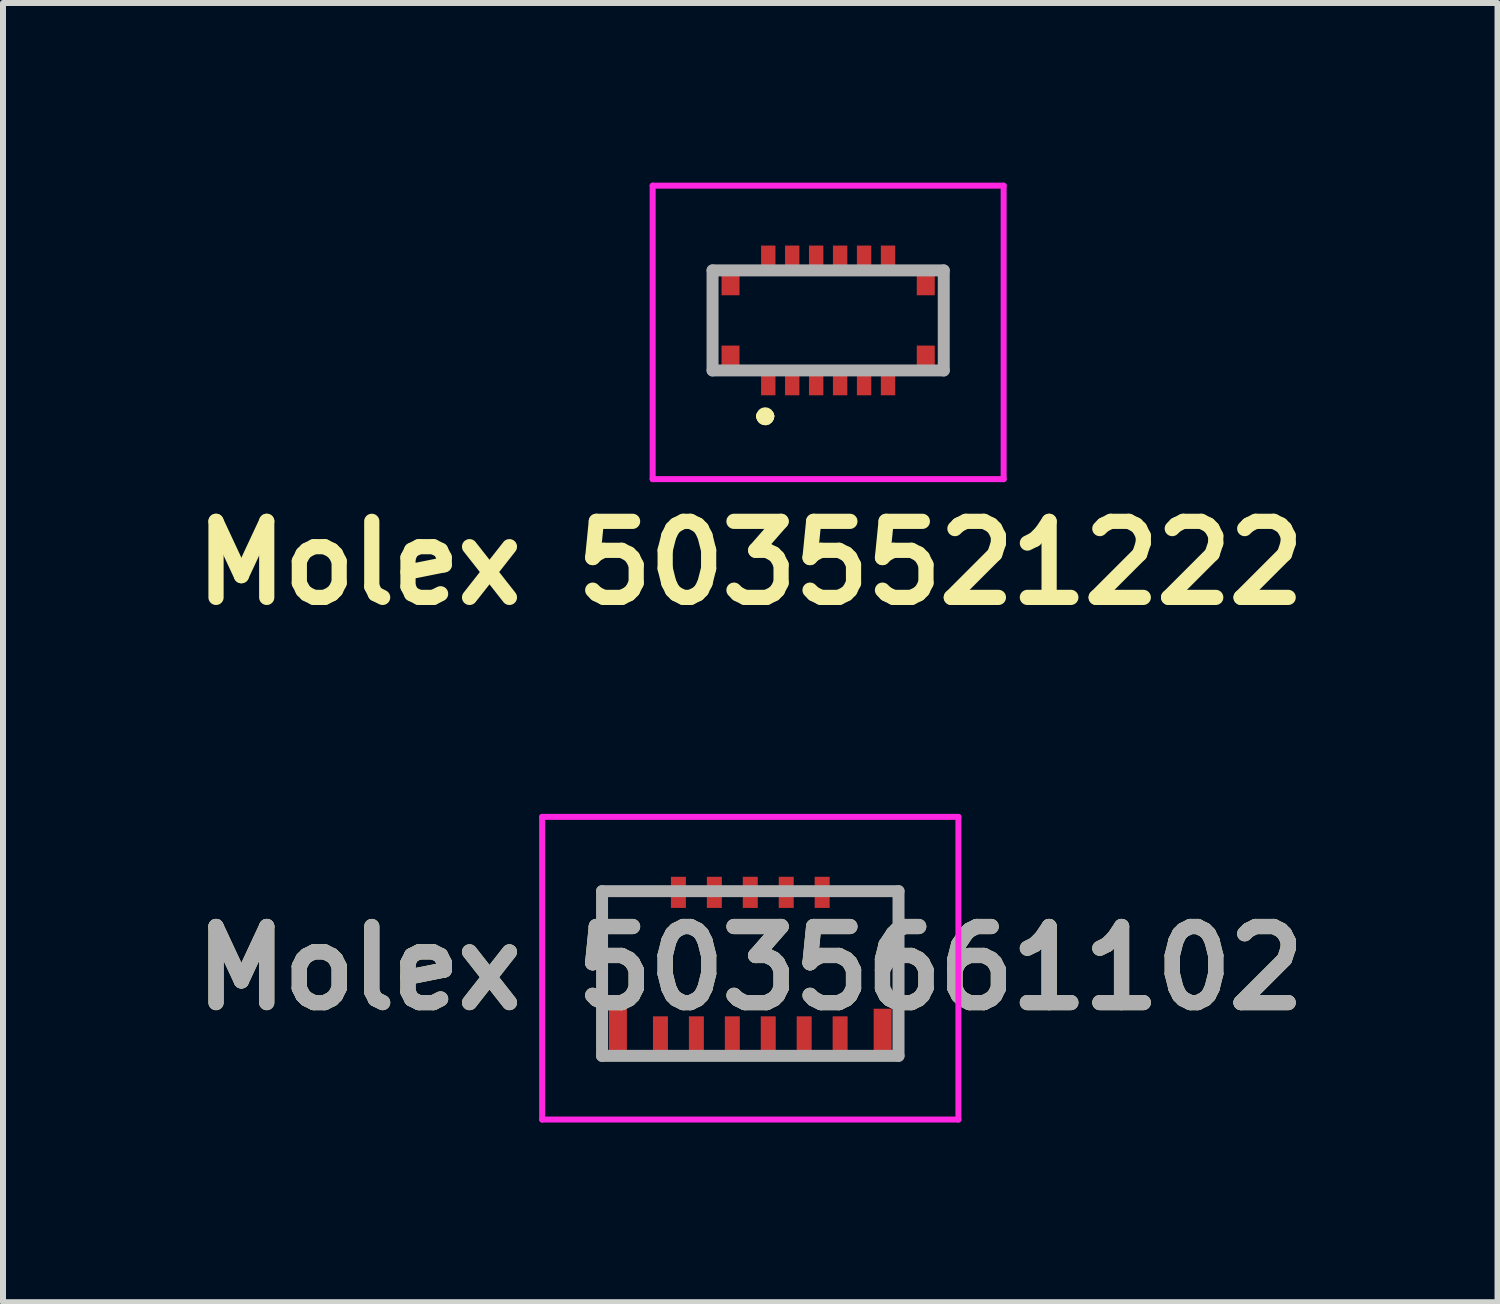
<source format=kicad_pcb>
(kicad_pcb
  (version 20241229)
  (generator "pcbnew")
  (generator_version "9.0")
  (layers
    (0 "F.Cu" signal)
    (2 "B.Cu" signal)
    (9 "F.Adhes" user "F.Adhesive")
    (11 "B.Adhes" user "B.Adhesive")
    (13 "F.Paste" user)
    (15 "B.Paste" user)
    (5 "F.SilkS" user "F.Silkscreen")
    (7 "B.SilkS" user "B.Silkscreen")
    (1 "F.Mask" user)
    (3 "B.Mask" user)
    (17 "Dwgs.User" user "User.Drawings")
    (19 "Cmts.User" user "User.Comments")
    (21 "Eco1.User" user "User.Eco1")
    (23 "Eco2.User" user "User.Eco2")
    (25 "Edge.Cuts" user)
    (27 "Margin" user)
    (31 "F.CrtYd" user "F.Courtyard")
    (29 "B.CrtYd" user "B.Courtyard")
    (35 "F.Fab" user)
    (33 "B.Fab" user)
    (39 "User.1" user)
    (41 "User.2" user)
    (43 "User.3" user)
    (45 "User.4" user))
  (footprint "Molex 5035521222"
    (layer "F.Cu")
    (at 10.777 2.3)
    (property "Reference" "Molex 5035521222" (at -1.3 4.05 0) (layer "F.SilkS") (effects (font (size 1.27 1.27) (thickness 0.254))))
    (attr smd)
    (fp_line (start -1.1 1.6) (end -1.1 1.6) (stroke (width 0.2) (type solid)) (layer "F.SilkS"))
    (fp_line (start -1.1 1.6) (end -1.1 1.6) (stroke (width 0.2) (type solid)) (layer "F.SilkS"))
    (fp_line (start -1 1.6) (end -1 1.6) (stroke (width 0.2) (type solid)) (layer "F.SilkS"))
    (fp_arc (start -1.1 1.6) (mid -1.05 1.55) (end -1 1.6) (stroke (width 0.2) (type solid)) (layer "F.SilkS"))
    (fp_arc (start -1 1.6) (mid -1.05 1.65) (end -1.1 1.6) (stroke (width 0.2) (type solid)) (layer "F.SilkS"))
    (fp_arc (start -1 1.6) (mid -1.05 1.65) (end -1.1 1.6) (stroke (width 0.2) (type solid)) (layer "F.SilkS"))
    (fp_line (start -2.93 -2.25) (end 2.93 -2.25) (stroke (width 0.1) (type solid)) (layer "F.CrtYd"))
    (fp_line (start -2.93 2.65) (end -2.93 -2.25) (stroke (width 0.1) (type solid)) (layer "F.CrtYd"))
    (fp_line (start 2.93 -2.25) (end 2.93 2.65) (stroke (width 0.1) (type solid)) (layer "F.CrtYd"))
    (fp_line (start 2.93 2.65) (end -2.93 2.65) (stroke (width 0.1) (type solid)) (layer "F.CrtYd"))
    (fp_line (start -1.93 -0.835) (end -1.93 0.835) (stroke (width 0.2) (type solid)) (layer "F.Fab"))
    (fp_line (start -1.93 0.835) (end 1.93 0.835) (stroke (width 0.2) (type solid)) (layer "F.Fab"))
    (fp_line (start 1.93 -0.835) (end -1.93 -0.835) (stroke (width 0.2) (type solid)) (layer "F.Fab"))
    (fp_line (start 1.93 0.835) (end 1.93 -0.835) (stroke (width 0.2) (type solid)) (layer "F.Fab"))
    (pad "1" smd rect (at -1 1.075) (size 0.24 0.35) (layers "F.Cu" "F.Mask" "F.Paste"))
    (pad "2" smd rect (at -1 -1.075) (size 0.24 0.35) (layers "F.Cu" "F.Mask" "F.Paste"))
    (pad "3" smd rect (at -0.6 1.075) (size 0.24 0.35) (layers "F.Cu" "F.Mask" "F.Paste"))
    (pad "4" smd rect (at -0.6 -1.075) (size 0.24 0.35) (layers "F.Cu" "F.Mask" "F.Paste"))
    (pad "5" smd rect (at -0.2 1.075) (size 0.24 0.35) (layers "F.Cu" "F.Mask" "F.Paste"))
    (pad "6" smd rect (at -0.2 -1.075) (size 0.24 0.35) (layers "F.Cu" "F.Mask" "F.Paste"))
    (pad "7" smd rect (at 0.2 1.075) (size 0.24 0.35) (layers "F.Cu" "F.Mask" "F.Paste"))
    (pad "8" smd rect (at 0.2 -1.075) (size 0.24 0.35) (layers "F.Cu" "F.Mask" "F.Paste"))
    (pad "9" smd rect (at 0.6 1.075) (size 0.24 0.35) (layers "F.Cu" "F.Mask" "F.Paste"))
    (pad "10" smd rect (at 0.6 -1.075) (size 0.24 0.35) (layers "F.Cu" "F.Mask" "F.Paste"))
    (pad "11" smd rect (at 1 1.075) (size 0.24 0.35) (layers "F.Cu" "F.Mask" "F.Paste"))
    (pad "12" smd rect (at 1 -1.075) (size 0.24 0.35) (layers "F.Cu" "F.Mask" "F.Paste"))
    (pad "MP1" smd rect (at -1.63 0.63) (size 0.3 0.42) (layers "F.Cu" "F.Mask" "F.Paste"))
    (pad "MP2" smd rect (at -1.63 -0.63) (size 0.3 0.42) (layers "F.Cu" "F.Mask" "F.Paste"))
    (pad "MP3" smd rect (at 1.63 0.63) (size 0.3 0.42) (layers "F.Cu" "F.Mask" "F.Paste"))
    (pad "MP4" smd rect (at 1.63 -0.63) (size 0.3 0.42) (layers "F.Cu" "F.Mask" "F.Paste")))
  (footprint "Molex 5035661102"
    (layer "F.Cu")
    (at 10.977 11.829)
    (property "Reference" "Molex 5035661102" (at -1.5 1.286 0) (layer "F.SilkS") (effects (font (size 1.27 1.27) (thickness 0.254))))
    (attr smd)
    (fp_line (start -3.975 0.02) (end -3 0.02) (stroke (width 0.1) (type solid)) (layer "F.SilkS"))
    (fp_line (start -3.975 1.6) (end -3.975 0.02) (stroke (width 0.1) (type solid)) (layer "F.SilkS"))
    (fp_line (start 0.3 0) (end 0.975 0) (stroke (width 0.1) (type solid)) (layer "F.SilkS"))
    (fp_line (start 0.975 0) (end 0.975 1.6) (stroke (width 0.1) (type solid)) (layer "F.SilkS"))
    (fp_line (start -4.975 -1.24) (end 1.975 -1.24) (stroke (width 0.1) (type solid)) (layer "F.CrtYd"))
    (fp_line (start -4.975 3.813) (end -4.975 -1.24) (stroke (width 0.1) (type solid)) (layer "F.CrtYd"))
    (fp_line (start 1.975 -1.24) (end 1.975 3.813) (stroke (width 0.1) (type solid)) (layer "F.CrtYd"))
    (fp_line (start 1.975 3.813) (end -4.975 3.813) (stroke (width 0.1) (type solid)) (layer "F.CrtYd"))
    (fp_line (start -3.975 0) (end 0.975 0) (stroke (width 0.2) (type solid)) (layer "F.Fab"))
    (fp_line (start -3.975 2.75) (end -3.975 0) (stroke (width 0.2) (type solid)) (layer "F.Fab"))
    (fp_line (start 0.975 0) (end 0.975 2.75) (stroke (width 0.2) (type solid)) (layer "F.Fab"))
    (fp_line (start 0.975 2.75) (end -3.975 2.75) (stroke (width 0.2) (type solid)) (layer "F.Fab"))
    (fp_text user "${REFERENCE}" (at -1.5 1.286 0) (layer "F.Fab") (effects (font (size 1.27 1.27) (thickness 0.254))))
    (pad "1" smd rect (at -3 2.45) (size 0.25 0.72) (layers "F.Cu" "F.Mask" "F.Paste"))
    (pad "2" smd rect (at -2.7 0.02) (size 0.25 0.52) (layers "F.Cu" "F.Mask" "F.Paste"))
    (pad "3" smd rect (at -2.4 2.45) (size 0.25 0.72) (layers "F.Cu" "F.Mask" "F.Paste"))
    (pad "4" smd rect (at -2.1 0.02) (size 0.25 0.52) (layers "F.Cu" "F.Mask" "F.Paste"))
    (pad "5" smd rect (at -1.8 2.45) (size 0.25 0.72) (layers "F.Cu" "F.Mask" "F.Paste"))
    (pad "6" smd rect (at -1.5 0.02) (size 0.25 0.52) (layers "F.Cu" "F.Mask" "F.Paste"))
    (pad "7" smd rect (at -1.2 2.45) (size 0.25 0.72) (layers "F.Cu" "F.Mask" "F.Paste"))
    (pad "8" smd rect (at -0.9 0.02) (size 0.25 0.52) (layers "F.Cu" "F.Mask" "F.Paste"))
    (pad "9" smd rect (at -0.6 2.45) (size 0.25 0.72) (layers "F.Cu" "F.Mask" "F.Paste"))
    (pad "10" smd rect (at -0.3 0.02) (size 0.25 0.52) (layers "F.Cu" "F.Mask" "F.Paste"))
    (pad "11" smd rect (at 0 2.45) (size 0.25 0.72) (layers "F.Cu" "F.Mask" "F.Paste"))
    (pad "MP1" smd rect (at -3.71 2.388) (size 0.3 0.85) (layers "F.Cu" "F.Mask" "F.Paste"))
    (pad "MP2" smd rect (at 0.71 2.388) (size 0.3 0.85) (layers "F.Cu" "F.Mask" "F.Paste")))
  (gr_rect
    (start -3 -3)
    (end 21.953 18.692)
    (stroke (width 0.1) (type default))
    (fill no)
    (layer "Edge.Cuts")))
</source>
